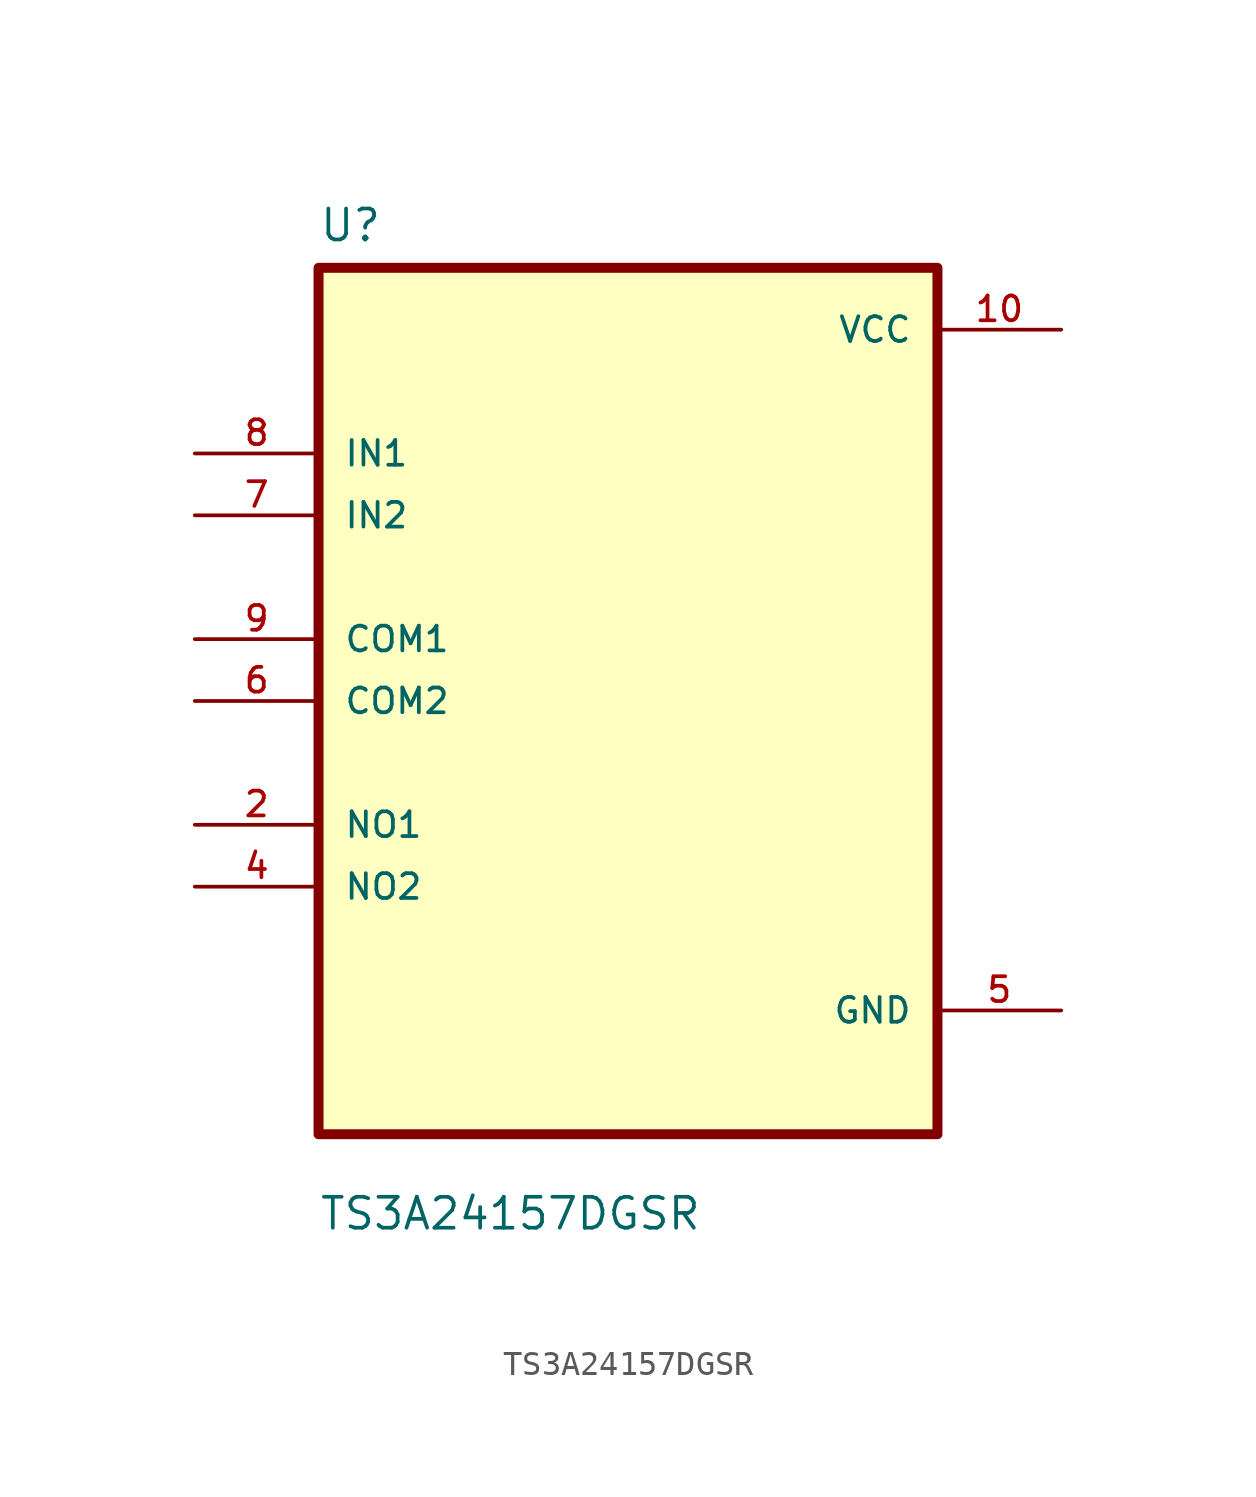
<source format=kicad_sym>
(kicad_symbol_lib
  (version 20211014)
  (generator kicad_symbol_editor)
  (symbol "TS3A24157DGSR"
    (pin_names
      (offset 1.016))
    (property "Reference" "U"
      (at -12.7 18.78 0.0)
      (effects (font (size 1.27 1.27)) (justify bottom left)))
    (property "Value" "TS3A24157DGSR"
      (at -12.7 -21.78 0.0)
      (effects (font (size 1.27 1.27)) (justify bottom left)))
    (symbol "TS3A24157DGSR_0_0"
      (rectangle (start -12.7 -17.78) (end 12.7 17.78) (stroke (width 0.41)) (fill (type background)))
      (pin input line (at -17.78 10.16 0) (length 5.08) (name "IN1" (effects (font (size 1.016 1.016)))) (number "8" (effects (font (size 1.016 1.016)))))
      (pin input line (at -17.78 7.62 0) (length 5.08) (name "IN2" (effects (font (size 1.016 1.016)))) (number "7" (effects (font (size 1.016 1.016)))))
      (pin bidirectional line (at -17.78 2.54 0) (length 5.08) (name "COM1" (effects (font (size 1.016 1.016)))) (number "9" (effects (font (size 1.016 1.016)))))
      (pin bidirectional line (at -17.78 0.0 0) (length 5.08) (name "COM2" (effects (font (size 1.016 1.016)))) (number "6" (effects (font (size 1.016 1.016)))))
      (pin bidirectional line (at -17.78 -5.08 0) (length 5.08) (name "NO1" (effects (font (size 1.016 1.016)))) (number "2" (effects (font (size 1.016 1.016)))))
      (pin bidirectional line (at -17.78 -7.62 0) (length 5.08) (name "NO2" (effects (font (size 1.016 1.016)))) (number "4" (effects (font (size 1.016 1.016)))))
      (pin power_in line (at 17.78 15.24 180.0) (length 5.08) (name "VCC" (effects (font (size 1.016 1.016)))) (number "10" (effects (font (size 1.016 1.016)))))
      (pin power_in line (at 17.78 -12.7 180.0) (length 5.08) (name "GND" (effects (font (size 1.016 1.016)))) (number "5" (effects (font (size 1.016 1.016))))))))
</source>
